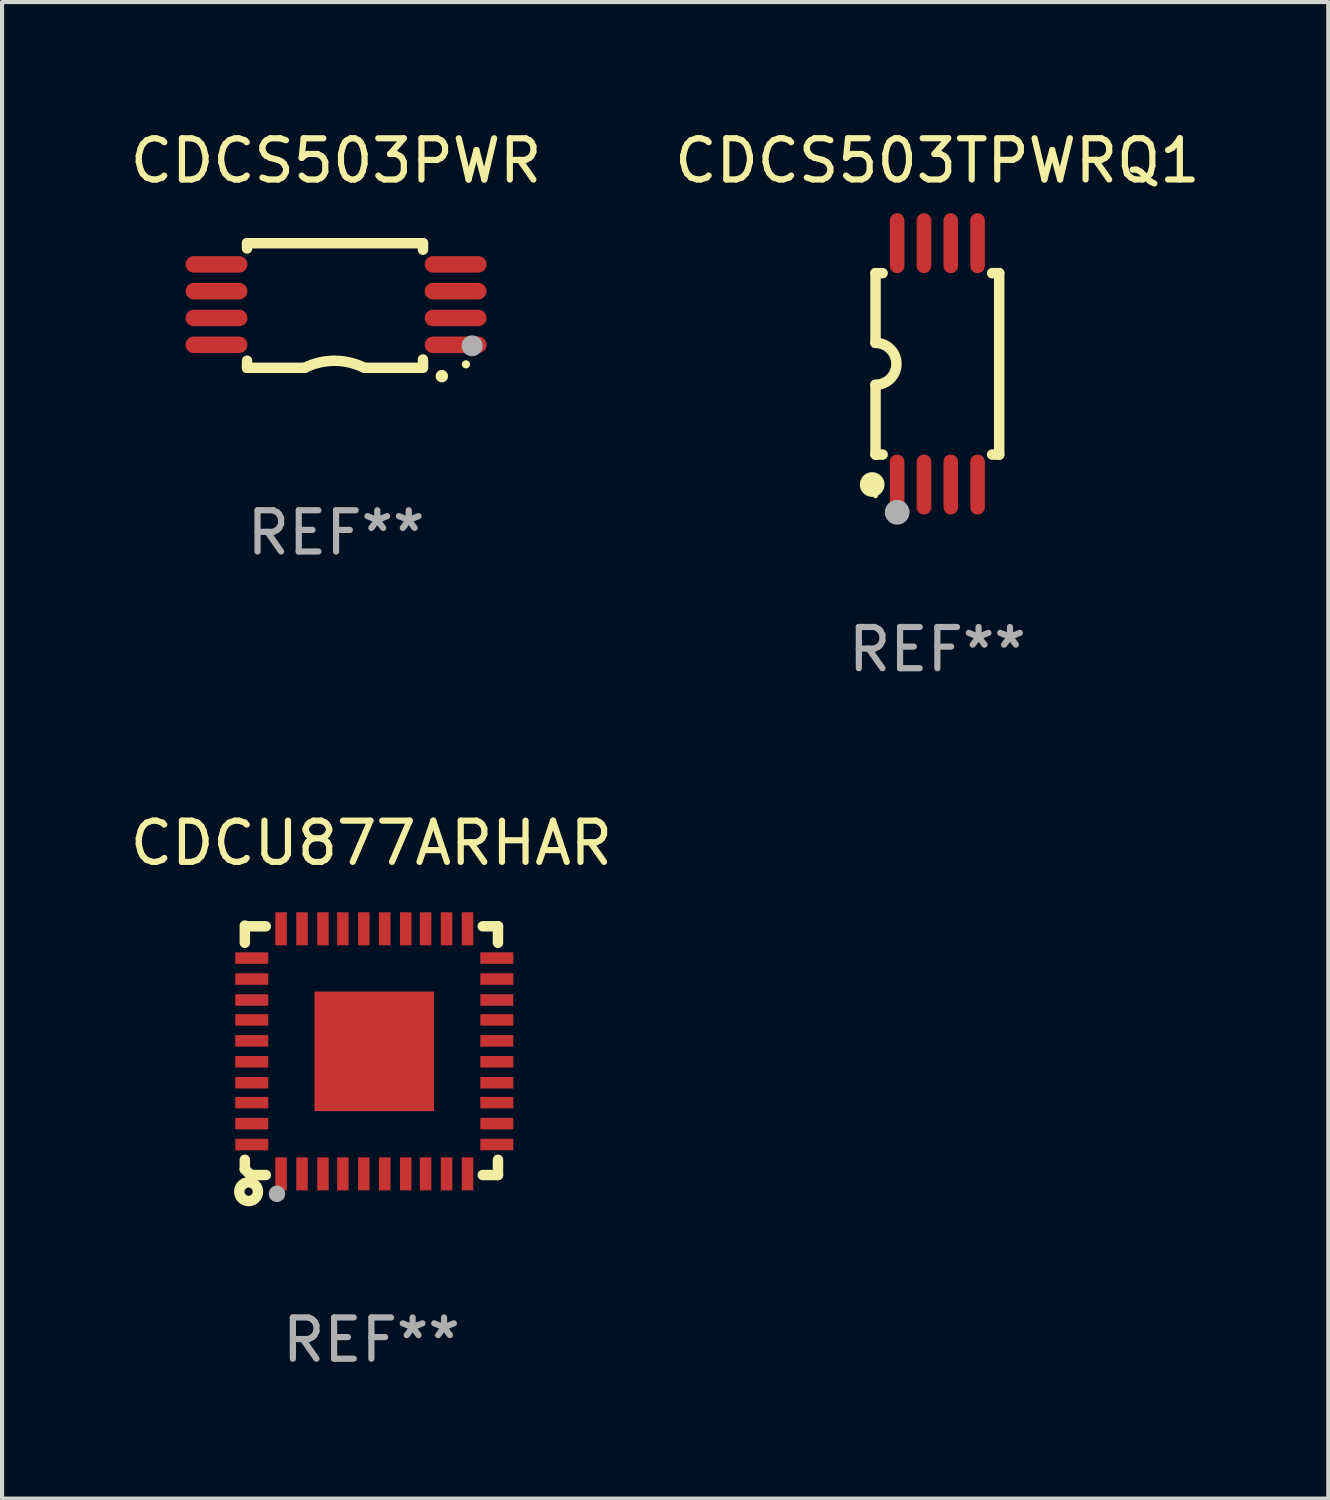
<source format=kicad_pcb>
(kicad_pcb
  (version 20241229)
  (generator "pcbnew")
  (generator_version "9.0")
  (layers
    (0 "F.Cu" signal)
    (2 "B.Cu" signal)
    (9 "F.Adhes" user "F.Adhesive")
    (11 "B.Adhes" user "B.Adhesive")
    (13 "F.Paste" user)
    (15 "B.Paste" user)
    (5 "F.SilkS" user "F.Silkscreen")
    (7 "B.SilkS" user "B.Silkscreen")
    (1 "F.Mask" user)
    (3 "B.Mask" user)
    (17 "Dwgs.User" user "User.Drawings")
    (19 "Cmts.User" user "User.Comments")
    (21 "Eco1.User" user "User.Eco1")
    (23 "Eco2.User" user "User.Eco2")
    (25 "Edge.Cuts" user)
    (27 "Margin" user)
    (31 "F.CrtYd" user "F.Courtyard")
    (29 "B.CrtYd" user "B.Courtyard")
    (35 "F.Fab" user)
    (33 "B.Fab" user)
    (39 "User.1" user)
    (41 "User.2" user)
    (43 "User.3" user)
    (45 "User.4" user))
  (footprint "CDCS503PWR"
    (layer "F.Cu")
    (at 5.101 4.36)
    (property "Reference" "CDCS503PWR" (at 0 -3.511 0) (layer "F.SilkS") (effects (font (size 1 1) (thickness 0.15))))
    (attr through_hole)
    (fp_line (start -2.159 -1.511) (end 2.108 -1.511) (stroke (width 0.254) (type solid)) (layer "F.SilkS"))
    (fp_line (start -2.159 -1.384) (end -2.159 -1.511) (stroke (width 0.254) (type solid)) (layer "F.SilkS"))
    (fp_line (start -2.159 1.511) (end -2.159 1.339) (stroke (width 0.254) (type solid)) (layer "F.SilkS"))
    (fp_line (start -0.762 1.511) (end -2.159 1.511) (stroke (width 0.254) (type solid)) (layer "F.SilkS"))
    (fp_line (start 2.108 -1.511) (end 2.108 -1.355) (stroke (width 0.254) (type solid)) (layer "F.SilkS"))
    (fp_line (start 2.108 1.309) (end 2.108 1.486) (stroke (width 0.254) (type solid)) (layer "F.SilkS"))
    (fp_line (start 2.108 1.511) (end 0.711 1.511) (stroke (width 0.254) (type solid)) (layer "F.SilkS"))
    (fp_arc (start -0.762002 1.511303) (mid -0.0381 1.340413) (end 0.685801 1.511303) (stroke (width 0.254001) (type solid)) (layer "F.SilkS"))
    (fp_arc (start 2.565405 1.714503) (mid 2.5654 1.713233) (end 2.565405 1.711963) (stroke (width 0.3) (type solid)) (layer "F.SilkS"))
    (fp_circle (center 3.15 1.427) (end 3.2 1.427) (stroke (width 0.1) (type solid)) (fill no) (layer "F.SilkS"))
    (fp_circle (center 3.3 0.977) (end 3.427 0.977) (stroke (width 0.254) (type solid)) (fill no) (layer "F.Fab"))
    (fp_text user "REF**" (at 0 5.511 0) (layer "F.Fab") (effects (font (size 1 1) (thickness 0.15))))
    (pad "1" smd oval (at 2.9 0.953 270) (size 0.4 1.5) (layers "F.Cu" "F.Mask" "F.Paste"))
    (pad "2" smd oval (at 2.9 0.302 270) (size 0.4 1.5) (layers "F.Cu" "F.Mask" "F.Paste"))
    (pad "3" smd oval (at 2.9 -0.348 270) (size 0.4 1.5) (layers "F.Cu" "F.Mask" "F.Paste"))
    (pad "4" smd oval (at 2.9 -0.998 270) (size 0.4 1.5) (layers "F.Cu" "F.Mask" "F.Paste"))
    (pad "5" smd oval (at -2.9 -0.998 270) (size 0.4 1.5) (layers "F.Cu" "F.Mask" "F.Paste"))
    (pad "6" smd oval (at -2.9 -0.348 270) (size 0.4 1.5) (layers "F.Cu" "F.Mask" "F.Paste"))
    (pad "7" smd oval (at -2.9 0.302 270) (size 0.4 1.5) (layers "F.Cu" "F.Mask" "F.Paste"))
    (pad "8" smd oval (at -2.9 0.953 270) (size 0.4 1.5) (layers "F.Cu" "F.Mask" "F.Paste")))
  (footprint "CDCU877ARHAR"
    (layer "F.Cu")
    (at 5.958 22.424)
    (property "Reference" "CDCU877ARHAR" (at 0 -5.025 0) (layer "F.SilkS") (effects (font (size 1 1) (thickness 0.15))))
    (attr through_hole)
    (fp_line (start -3.07 -3.025) (end -3.07 -2.607) (stroke (width 0.254) (type solid)) (layer "F.SilkS"))
    (fp_line (start -3.07 2.656) (end -3.07 2.885) (stroke (width 0.254) (type solid)) (layer "F.SilkS"))
    (fp_line (start -3.07 2.885) (end -2.93 3.025) (stroke (width 0.254) (type solid)) (layer "F.SilkS"))
    (fp_line (start -3.005 -3.007) (end -2.562 -3.007) (stroke (width 0.254) (type solid)) (layer "F.SilkS"))
    (fp_line (start -2.93 3.025) (end -2.562 3.025) (stroke (width 0.254) (type solid)) (layer "F.SilkS"))
    (fp_line (start 2.701 -3.007) (end 3.07 -3.007) (stroke (width 0.254) (type solid)) (layer "F.SilkS"))
    (fp_line (start 2.701 3.025) (end 3.07 3.025) (stroke (width 0.254) (type solid)) (layer "F.SilkS"))
    (fp_line (start 3.07 -2.607) (end 3.07 -3.007) (stroke (width 0.254) (type solid)) (layer "F.SilkS"))
    (fp_line (start 3.07 3.025) (end 3.07 2.656) (stroke (width 0.254) (type solid)) (layer "F.SilkS"))
    (fp_circle (center -2.978 3.429) (end -2.878 3.429) (stroke (width 0.254) (type solid)) (fill no) (layer "F.SilkS"))
    (fp_circle (center -2.93 3.025) (end -2.9 3.025) (stroke (width 0.06) (type solid)) (fill no) (layer "F.SilkS"))
    (fp_circle (center -2.29 3.481) (end -2.19 3.481) (stroke (width 0.2) (type solid)) (fill no) (layer "F.Fab"))
    (fp_text user "REF**" (at 0 7.025 0) (layer "F.Fab") (effects (font (size 1 1) (thickness 0.15))))
    (pad "1" smd rect (at -2.191 2.997 90) (size 0.8 0.279) (layers "F.Cu" "F.Mask" "F.Paste"))
    (pad "2" smd rect (at -1.683 2.997 90) (size 0.8 0.279) (layers "F.Cu" "F.Mask" "F.Paste"))
    (pad "3" smd rect (at -1.175 2.997 90) (size 0.8 0.279) (layers "F.Cu" "F.Mask" "F.Paste"))
    (pad "4" smd rect (at -0.692 2.997 90) (size 0.8 0.279) (layers "F.Cu" "F.Mask" "F.Paste"))
    (pad "5" smd rect (at -0.184 2.997 90) (size 0.8 0.279) (layers "F.Cu" "F.Mask" "F.Paste"))
    (pad "6" smd rect (at 0.324 2.997 90) (size 0.8 0.279) (layers "F.Cu" "F.Mask" "F.Paste"))
    (pad "7" smd rect (at 0.832 2.997 90) (size 0.8 0.279) (layers "F.Cu" "F.Mask" "F.Paste"))
    (pad "8" smd rect (at 1.315 2.997 90) (size 0.8 0.279) (layers "F.Cu" "F.Mask" "F.Paste"))
    (pad "9" smd rect (at 1.823 2.997 90) (size 0.8 0.279) (layers "F.Cu" "F.Mask" "F.Paste"))
    (pad "10" smd rect (at 2.331 2.997 90) (size 0.8 0.279) (layers "F.Cu" "F.Mask" "F.Paste"))
    (pad "11" smd rect (at 3.042 2.286 180) (size 0.8 0.279) (layers "F.Cu" "F.Mask" "F.Paste"))
    (pad "12" smd rect (at 3.042 1.778 180) (size 0.8 0.279) (layers "F.Cu" "F.Mask" "F.Paste"))
    (pad "13" smd rect (at 3.042 1.27 180) (size 0.8 0.279) (layers "F.Cu" "F.Mask" "F.Paste"))
    (pad "14" smd rect (at 3.042 0.787 180) (size 0.8 0.279) (layers "F.Cu" "F.Mask" "F.Paste"))
    (pad "15" smd rect (at 3.042 0.279 180) (size 0.8 0.279) (layers "F.Cu" "F.Mask" "F.Paste"))
    (pad "16" smd rect (at 3.042 -0.229 180) (size 0.8 0.279) (layers "F.Cu" "F.Mask" "F.Paste"))
    (pad "17" smd rect (at 3.042 -0.737 180) (size 0.8 0.279) (layers "F.Cu" "F.Mask" "F.Paste"))
    (pad "18" smd rect (at 3.042 -1.22 180) (size 0.8 0.279) (layers "F.Cu" "F.Mask" "F.Paste"))
    (pad "19" smd rect (at 3.042 -1.728 180) (size 0.8 0.279) (layers "F.Cu" "F.Mask" "F.Paste"))
    (pad "20" smd rect (at 3.042 -2.236 180) (size 0.8 0.279) (layers "F.Cu" "F.Mask" "F.Paste"))
    (pad "21" smd rect (at 2.331 -2.947 270) (size 0.8 0.279) (layers "F.Cu" "F.Mask" "F.Paste"))
    (pad "22" smd rect (at 1.823 -2.947 270) (size 0.8 0.279) (layers "F.Cu" "F.Mask" "F.Paste"))
    (pad "23" smd rect (at 1.315 -2.947 270) (size 0.8 0.279) (layers "F.Cu" "F.Mask" "F.Paste"))
    (pad "24" smd rect (at 0.832 -2.947 270) (size 0.8 0.279) (layers "F.Cu" "F.Mask" "F.Paste"))
    (pad "25" smd rect (at 0.324 -2.947 270) (size 0.8 0.279) (layers "F.Cu" "F.Mask" "F.Paste"))
    (pad "26" smd rect (at -0.184 -2.947 270) (size 0.8 0.279) (layers "F.Cu" "F.Mask" "F.Paste"))
    (pad "27" smd rect (at -0.692 -2.947 270) (size 0.8 0.279) (layers "F.Cu" "F.Mask" "F.Paste"))
    (pad "28" smd rect (at -1.175 -2.947 270) (size 0.8 0.279) (layers "F.Cu" "F.Mask" "F.Paste"))
    (pad "29" smd rect (at -1.683 -2.947 270) (size 0.8 0.279) (layers "F.Cu" "F.Mask" "F.Paste"))
    (pad "30" smd rect (at -2.191 -2.947 270) (size 0.8 0.279) (layers "F.Cu" "F.Mask" "F.Paste"))
    (pad "31" smd rect (at -2.902 -2.236) (size 0.8 0.279) (layers "F.Cu" "F.Mask" "F.Paste"))
    (pad "32" smd rect (at -2.902 -1.728) (size 0.8 0.279) (layers "F.Cu" "F.Mask" "F.Paste"))
    (pad "33" smd rect (at -2.902 -1.22) (size 0.8 0.279) (layers "F.Cu" "F.Mask" "F.Paste"))
    (pad "34" smd rect (at -2.902 -0.737) (size 0.8 0.279) (layers "F.Cu" "F.Mask" "F.Paste"))
    (pad "35" smd rect (at -2.902 -0.229) (size 0.8 0.279) (layers "F.Cu" "F.Mask" "F.Paste"))
    (pad "36" smd rect (at -2.902 0.279) (size 0.8 0.279) (layers "F.Cu" "F.Mask" "F.Paste"))
    (pad "37" smd rect (at -2.902 0.787) (size 0.8 0.279) (layers "F.Cu" "F.Mask" "F.Paste"))
    (pad "38" smd rect (at -2.902 1.27) (size 0.8 0.279) (layers "F.Cu" "F.Mask" "F.Paste"))
    (pad "39" smd rect (at -2.902 1.778) (size 0.8 0.279) (layers "F.Cu" "F.Mask" "F.Paste"))
    (pad "40" smd rect (at -2.902 2.286) (size 0.8 0.279) (layers "F.Cu" "F.Mask" "F.Paste"))
    (pad "41" smd rect (at 0.07 0.025 90) (size 2.9 2.9) (layers "F.Cu" "F.Mask" "F.Paste")))
  (footprint "CDCS503TPWRQ1"
    (layer "F.Cu")
    (at 19.685 5.775)
    (property "Reference" "CDCS503TPWRQ1" (at 0 -4.927 0) (layer "F.SilkS") (effects (font (size 1 1) (thickness 0.15))))
    (attr through_hole)
    (fp_line (start -1.5 -2.2) (end -1.5 -0.508) (stroke (width 0.254) (type solid)) (layer "F.SilkS"))
    (fp_line (start -1.5 -2.2) (end -1.328 -2.2) (stroke (width 0.254) (type solid)) (layer "F.SilkS"))
    (fp_line (start -1.5 2.2) (end -1.5 0.508) (stroke (width 0.254) (type solid)) (layer "F.SilkS"))
    (fp_line (start -1.5 2.2) (end -1.328 2.2) (stroke (width 0.254) (type solid)) (layer "F.SilkS"))
    (fp_line (start 1.328 -2.2) (end 1.5 -2.2) (stroke (width 0.254) (type solid)) (layer "F.SilkS"))
    (fp_line (start 1.328 2.2) (end 1.5 2.2) (stroke (width 0.254) (type solid)) (layer "F.SilkS"))
    (fp_line (start 1.5 -2.2) (end 1.5 2.2) (stroke (width 0.254) (type solid)) (layer "F.SilkS"))
    (fp_arc (start -1.501144 -0.508) (mid -0.993143 -0.000571) (end -1.5 0.508001) (stroke (width 0.254001) (type solid)) (layer "F.SilkS"))
    (fp_circle (center -1.581 2.927) (end -1.431 2.927) (stroke (width 0.3) (type solid)) (fill no) (layer "F.SilkS"))
    (fp_circle (center -1.5 3.2) (end -1.47 3.2) (stroke (width 0.06) (type solid)) (fill no) (layer "F.SilkS"))
    (fp_circle (center -0.975 3.6) (end -0.825 3.6) (stroke (width 0.3) (type solid)) (fill no) (layer "F.Fab"))
    (fp_text user "REF**" (at 0 6.927 0) (layer "F.Fab") (effects (font (size 1 1) (thickness 0.15))))
    (pad "1" smd oval (at -0.975 2.927) (size 0.353 1.454) (layers "F.Cu" "F.Mask" "F.Paste"))
    (pad "2" smd oval (at -0.325 2.927) (size 0.353 1.454) (layers "F.Cu" "F.Mask" "F.Paste"))
    (pad "3" smd oval (at 0.325 2.927) (size 0.353 1.454) (layers "F.Cu" "F.Mask" "F.Paste"))
    (pad "4" smd oval (at 0.975 2.927) (size 0.353 1.454) (layers "F.Cu" "F.Mask" "F.Paste"))
    (pad "5" smd oval (at 0.975 -2.927) (size 0.353 1.454) (layers "F.Cu" "F.Mask" "F.Paste"))
    (pad "6" smd oval (at 0.325 -2.927) (size 0.353 1.454) (layers "F.Cu" "F.Mask" "F.Paste"))
    (pad "7" smd oval (at -0.325 -2.927) (size 0.353 1.454) (layers "F.Cu" "F.Mask" "F.Paste"))
    (pad "8" smd oval (at -0.975 -2.927) (size 0.353 1.454) (layers "F.Cu" "F.Mask" "F.Paste")))
  (gr_rect
    (start -3 -3)
    (end 29.167 33.297)
    (stroke (width 0.1) (type default))
    (fill no)
    (layer "Edge.Cuts")))
</source>
